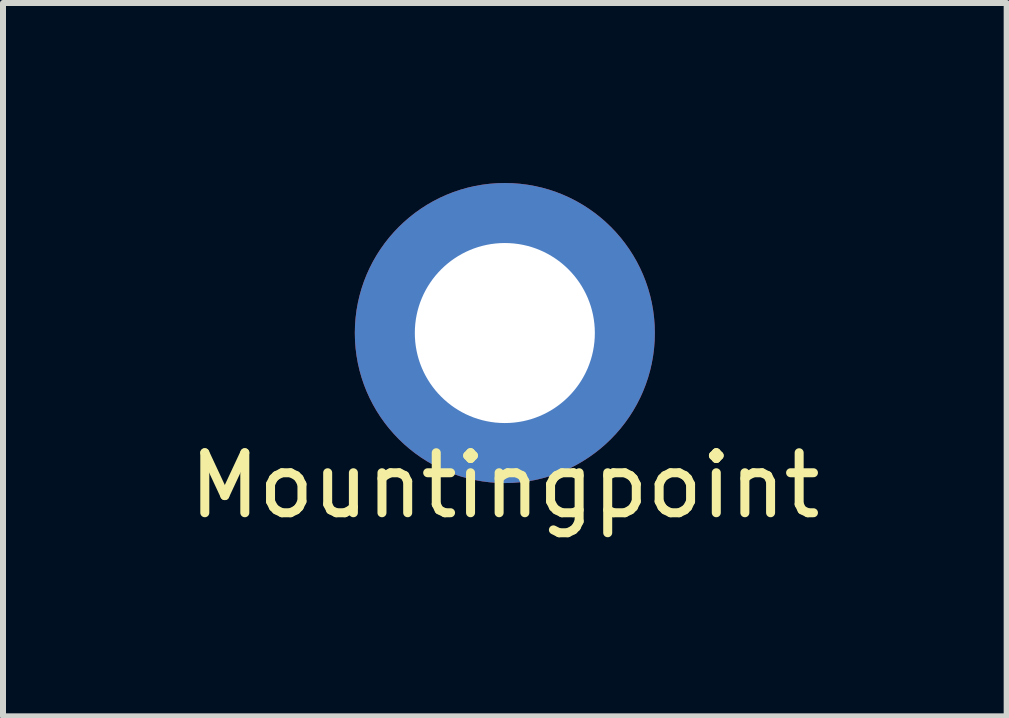
<source format=kicad_pcb>
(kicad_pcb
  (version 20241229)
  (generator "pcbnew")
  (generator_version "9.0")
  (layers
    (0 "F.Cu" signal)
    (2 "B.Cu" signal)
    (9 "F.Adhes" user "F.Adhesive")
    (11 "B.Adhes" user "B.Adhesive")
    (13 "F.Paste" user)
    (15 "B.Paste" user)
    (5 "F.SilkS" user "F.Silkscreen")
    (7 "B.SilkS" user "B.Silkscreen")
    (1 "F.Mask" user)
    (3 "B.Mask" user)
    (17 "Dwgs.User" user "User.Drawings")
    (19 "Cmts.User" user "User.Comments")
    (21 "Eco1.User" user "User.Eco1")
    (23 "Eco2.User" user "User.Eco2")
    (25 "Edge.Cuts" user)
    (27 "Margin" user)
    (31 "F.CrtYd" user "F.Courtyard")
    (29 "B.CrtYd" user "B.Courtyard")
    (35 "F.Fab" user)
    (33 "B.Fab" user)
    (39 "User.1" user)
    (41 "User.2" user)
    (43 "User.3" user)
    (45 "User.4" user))
  (footprint "Mountingpoint"
    (layer "F.Cu")
    (at 5.363 2.5)
    (property "Reference" "Mountingpoint" (at 0 2.54 0) (layer "F.SilkS") (effects (font (size 1 1) (thickness 0.15))))
    (attr through_hole)
    (pad "" thru_hole circle (at 0 0) (size 5 5) (drill 3) (layers "*.Cu" "*.Mask")))
  (gr_rect
    (start -3 -3)
    (end 13.726 8.888)
    (stroke (width 0.1) (type default))
    (fill no)
    (layer "Edge.Cuts")))
</source>
